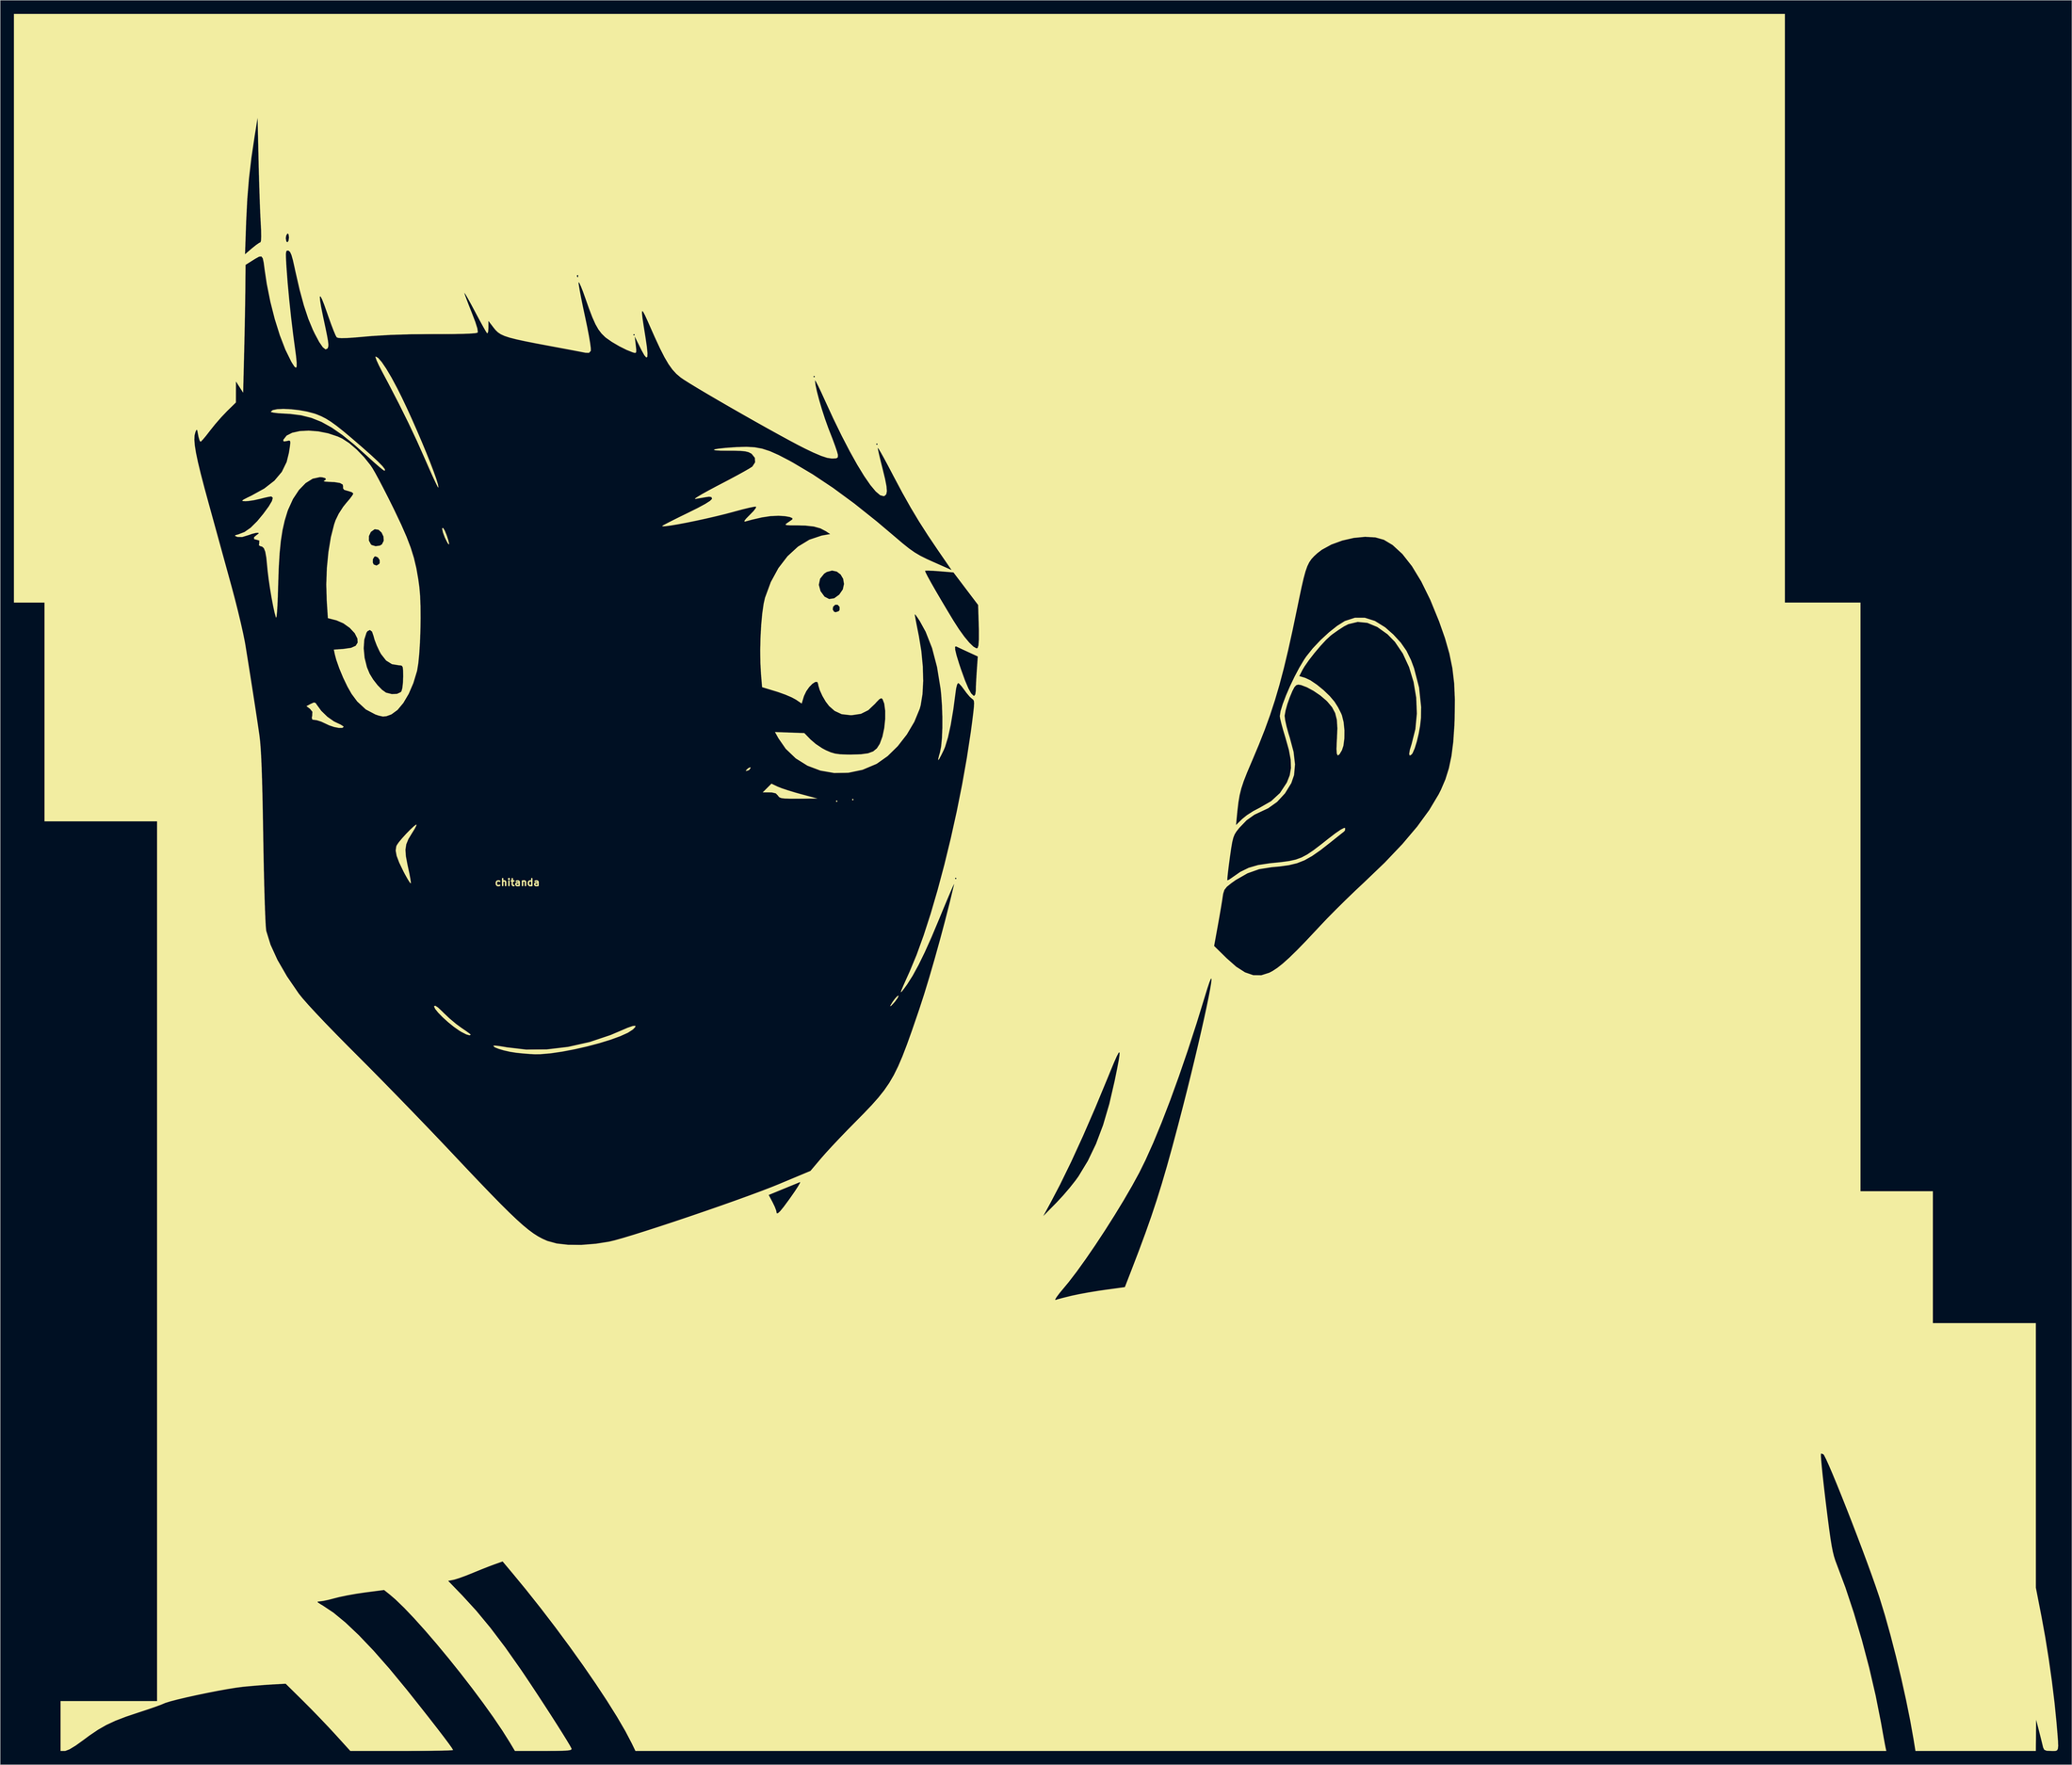
<source format=kicad_pcb>
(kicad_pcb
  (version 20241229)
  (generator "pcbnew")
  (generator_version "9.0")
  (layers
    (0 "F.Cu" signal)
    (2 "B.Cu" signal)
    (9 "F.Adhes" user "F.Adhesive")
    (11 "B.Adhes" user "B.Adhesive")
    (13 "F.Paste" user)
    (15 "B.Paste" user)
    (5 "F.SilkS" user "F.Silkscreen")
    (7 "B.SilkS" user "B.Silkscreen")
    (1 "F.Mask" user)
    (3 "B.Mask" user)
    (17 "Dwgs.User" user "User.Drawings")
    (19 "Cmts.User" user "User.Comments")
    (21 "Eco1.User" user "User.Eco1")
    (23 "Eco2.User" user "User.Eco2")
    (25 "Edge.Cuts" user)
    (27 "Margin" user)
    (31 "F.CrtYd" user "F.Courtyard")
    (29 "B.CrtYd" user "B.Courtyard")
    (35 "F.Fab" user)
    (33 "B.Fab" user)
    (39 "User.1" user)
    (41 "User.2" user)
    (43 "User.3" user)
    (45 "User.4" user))
  (footprint "chitanda"
    (layer "F.Cu")
    (at 110.424 190.505)
    (property "Reference" "chitanda" (at 0 0 0) (layer "F.SilkS") (effects (font (size 1.524 1.524) (thickness 0.3))))
    (attr through_hole)
    (fp_poly (pts (xy 70.203 -17.815) (xy 70.026 -17.639) (xy 69.85 -17.815) (xy 70.026 -17.992) (xy 70.203 -17.815)) (stroke (width 0.01) (type solid)) (fill yes) (layer "F.SilkS"))
    (fp_poly (pts (xy 73.731 -18.168) (xy 73.554 -17.992) (xy 73.378 -18.168) (xy 73.554 -18.344) (xy 73.731 -18.168)) (stroke (width 0.01) (type solid)) (fill yes) (layer "F.SilkS"))
    (fp_poly (pts (xy 51.153 -25.128) (xy 50.871 -24.704) (xy 50.624 -24.567) (xy 50.164 -24.452) (xy 50.094 -24.486) (xy 50.328 -24.781) (xy 50.624 -25.047) (xy 51.053 -25.262) (xy 51.153 -25.128)) (stroke (width 0.01) (type solid)) (fill yes) (layer "F.SilkS"))
    (fp_poly (pts (xy 83.6 24.884) (xy 83.389 25.349) (xy 82.845 26.101) (xy 82.533 26.472) (xy 81.988 27.038) (xy 81.761 27.162) (xy 81.817 26.987) (xy 82.278 26.218) (xy 82.817 25.491) (xy 83.296 24.97) (xy 83.575 24.819) (xy 83.6 24.884)) (stroke (width 0.01) (type solid)) (fill yes) (layer "F.SilkS"))
    (fp_poly (pts (xy -15.924 -77.161) (xy -15.506 -76.127) (xy -15.156 -75.053) (xy -14.977 -74.288) (xy -15.056 -74.127) (xy -15.352 -74.534) (xy -15.823 -75.475) (xy -15.919 -75.687) (xy -16.302 -76.701) (xy -16.482 -77.483) (xy -16.47 -77.716) (xy -16.263 -77.726) (xy -15.924 -77.161)) (stroke (width 0.01) (type solid)) (fill yes) (layer "F.SilkS"))
    (fp_poly (pts (xy 57.052 -21.024) (xy 57.958 -20.663) (xy 59.334 -20.201) (xy 60.966 -19.706) (xy 62.089 -19.392) (xy 65.793 -18.398) (xy 61.66 -18.371) (xy 59.882 -18.369) (xy 58.679 -18.404) (xy 57.922 -18.494) (xy 57.481 -18.66) (xy 57.226 -18.92) (xy 57.15 -19.05) (xy 56.674 -19.54) (xy 55.815 -19.739) (xy 55.294 -19.756) (xy 53.815 -19.756) (xy 54.767 -20.708) (xy 55.719 -21.66) (xy 57.052 -21.024)) (stroke (width 0.01) (type solid)) (fill yes) (layer "F.SilkS"))
    (fp_poly (pts (xy -17.401 27.442) (xy -16.423 28.364) (xy -16.191 28.602) (xy -14.911 29.815) (xy -13.455 31.036) (xy -12.259 31.915) (xy -11.25 32.601) (xy -10.524 33.128) (xy -10.231 33.384) (xy -10.231 33.387) (xy -10.498 33.538) (xy -11.213 33.329) (xy -12.247 32.806) (xy -12.73 32.513) (xy -13.947 31.658) (xy -15.204 30.64) (xy -16.383 29.571) (xy -17.367 28.565) (xy -18.039 27.736) (xy -18.281 27.197) (xy -18.272 27.146) (xy -18.003 27.046) (xy -17.401 27.442)) (stroke (width 0.01) (type solid)) (fill yes) (layer "F.SilkS"))
    (fp_poly (pts (xy -44.252 -39.354) (xy -44.021 -39.01) (xy -43.023 -37.643) (xy -41.677 -36.334) (xy -40.246 -35.323) (xy -39.674 -35.042) (xy -38.757 -34.615) (xy -38.191 -34.255) (xy -38.101 -34.131) (xy -38.394 -33.894) (xy -39.148 -33.891) (xy -40.17 -34.088) (xy -41.268 -34.453) (xy -41.948 -34.775) (xy -43.04 -35.283) (xy -44.027 -35.589) (xy -44.367 -35.631) (xy -44.968 -35.717) (xy -45.087 -36.121) (xy -44.993 -36.581) (xy -44.959 -37.437) (xy -45.472 -38.072) (xy -45.505 -38.098) (xy -46.256 -38.664) (xy -45.322 -39.164) (xy -44.632 -39.468) (xy -44.252 -39.354)) (stroke (width 0.01) (type solid)) (fill yes) (layer "F.SilkS"))
    (fp_poly (pts (xy -22.177 -12.436) (xy -22.533 -11.747) (xy -23.095 -10.848) (xy -23.897 -9.528) (xy -24.375 -8.366) (xy -24.554 -7.166) (xy -24.456 -5.732) (xy -24.105 -3.87) (xy -23.991 -3.362) (xy -23.678 -1.904) (xy -23.46 -0.722) (xy -23.364 0.03) (xy -23.379 0.214) (xy -23.602 -0.002) (xy -24.056 -0.716) (xy -24.663 -1.799) (xy -24.963 -2.368) (xy -25.915 -4.337) (xy -26.482 -5.841) (xy -26.69 -6.989) (xy -26.567 -7.888) (xy -26.441 -8.181) (xy -26.014 -8.806) (xy -25.286 -9.68) (xy -24.402 -10.653) (xy -23.501 -11.577) (xy -22.727 -12.302) (xy -22.222 -12.678) (xy -22.145 -12.7) (xy -22.177 -12.436)) (stroke (width 0.01) (type solid)) (fill yes) (layer "F.SilkS"))
    (fp_poly (pts (xy -30.538 -115.041) (xy -29.746 -114.126) (xy -28.754 -112.664) (xy -27.599 -110.708) (xy -26.324 -108.329) (xy -25.327 -106.329) (xy -24.259 -104.077) (xy -23.156 -101.659) (xy -22.053 -99.161) (xy -20.986 -96.67) (xy -19.99 -94.272) (xy -19.101 -92.052) (xy -18.354 -90.098) (xy -17.785 -88.494) (xy -17.43 -87.328) (xy -17.324 -86.685) (xy -17.352 -86.6) (xy -17.527 -86.864) (xy -17.935 -87.683) (xy -18.531 -88.961) (xy -19.271 -90.604) (xy -20.112 -92.516) (xy -20.272 -92.884) (xy -22.034 -96.842) (xy -23.911 -100.826) (xy -25.979 -104.994) (xy -28.318 -109.506) (xy -29.696 -112.095) (xy -30.38 -113.429) (xy -30.87 -114.499) (xy -31.113 -115.18) (xy -31.094 -115.358) (xy -30.538 -115.041)) (stroke (width 0.01) (type solid)) (fill yes) (layer "F.SilkS"))
    (fp_poly (pts (xy 25.856 31.716) (xy 25.345 32.245) (xy 24.238 32.962) (xy 22.554 33.725) (xy 20.418 34.501) (xy 17.953 35.259) (xy 15.285 35.967) (xy 12.538 36.594) (xy 9.836 37.108) (xy 7.303 37.478) (xy 5.064 37.672) (xy 3.881 37.691) (xy 2.689 37.629) (xy 1.15 37.504) (xy -0.25 37.36) (xy -1.639 37.142) (xy -2.986 36.838) (xy -4.14 36.495) (xy -4.949 36.16) (xy -5.263 35.879) (xy -5.233 35.807) (xy -4.833 35.79) (xy -3.919 35.895) (xy -2.67 36.1) (xy -2.326 36.165) (xy 1.916 36.663) (xy 6.451 36.624) (xy 11.141 36.066) (xy 15.849 35.01) (xy 20.435 33.475) (xy 22.492 32.602) (xy 24.168 31.882) (xy 25.3 31.492) (xy 25.869 31.436) (xy 25.856 31.716)) (stroke (width 0.01) (type solid)) (fill yes) (layer "F.SilkS"))
    (fp_poly (pts (xy -49.664 -103.787) (xy -47.893 -103.588) (xy -46.138 -103.272) (xy -44.537 -102.846) (xy -44.056 -102.679) (xy -43.018 -102.251) (xy -42.003 -101.733) (xy -40.92 -101.059) (xy -39.679 -100.163) (xy -38.187 -98.98) (xy -36.355 -97.445) (xy -34.231 -95.615) (xy -32.151 -93.778) (xy -30.611 -92.352) (xy -29.594 -91.317) (xy -29.081 -90.653) (xy -29.054 -90.342) (xy -29.187 -90.311) (xy -29.54 -90.538) (xy -30.299 -91.158) (xy -31.36 -92.08) (xy -32.614 -93.214) (xy -32.816 -93.399) (xy -35.75 -96.02) (xy -38.355 -98.129) (xy -40.726 -99.777) (xy -42.962 -101.015) (xy -45.16 -101.893) (xy -47.416 -102.461) (xy -49.83 -102.769) (xy -51.096 -102.84) (xy -52.455 -102.922) (xy -53.485 -103.044) (xy -54.033 -103.185) (xy -54.081 -103.247) (xy -53.657 -103.598) (xy -52.686 -103.8) (xy -51.308 -103.86) (xy -49.664 -103.787)) (stroke (width 0.01) (type solid)) (fill yes) (layer "F.SilkS"))
    (fp_poly (pts (xy -43.678 -98.936) (xy -41.516 -98.508) (xy -39.425 -97.811) (xy -38.422 -97.351) (xy -36.911 -96.369) (xy -35.251 -94.948) (xy -33.628 -93.27) (xy -32.227 -91.515) (xy -31.798 -90.874) (xy -31.216 -89.879) (xy -30.4 -88.38) (xy -29.421 -86.511) (xy -28.348 -84.406) (xy -27.25 -82.198) (xy -26.972 -81.629) (xy -25.483 -78.495) (xy -24.308 -75.811) (xy -23.396 -73.424) (xy -22.697 -71.178) (xy -22.162 -68.92) (xy -21.74 -66.495) (xy -21.503 -64.755) (xy -21.339 -62.88) (xy -21.249 -60.57) (xy -21.227 -57.986) (xy -21.269 -55.286) (xy -21.37 -52.63) (xy -21.527 -50.177) (xy -21.733 -48.086) (xy -21.986 -46.518) (xy -22.026 -46.343) (xy -22.816 -43.733) (xy -23.834 -41.372) (xy -25.013 -39.372) (xy -26.288 -37.841) (xy -27.591 -36.89) (xy -27.747 -36.82) (xy -28.713 -36.468) (xy -29.488 -36.39) (xy -30.394 -36.588) (xy -31.133 -36.839) (xy -33.239 -37.944) (xy -35.123 -39.688) (xy -36.363 -41.359) (xy -37.266 -42.944) (xy -38.2 -44.889) (xy -39.054 -46.938) (xy -39.718 -48.833) (xy -40.02 -49.963) (xy -40.254 -51.065) (xy -38.108 -51.221) (xy -37.224 -51.348) (xy -33.712 -51.348) (xy -33.511 -49.256) (xy -32.997 -47.191) (xy -32.413 -45.783) (xy -31.639 -44.511) (xy -30.672 -43.267) (xy -29.68 -42.246) (xy -28.833 -41.64) (xy -28.771 -41.613) (xy -27.539 -41.31) (xy -26.402 -41.357) (xy -25.59 -41.732) (xy -25.412 -41.957) (xy -25.228 -42.645) (xy -25.097 -43.788) (xy -25.047 -45.132) (xy -25.06 -46.43) (xy -25.133 -47.175) (xy -25.323 -47.52) (xy -25.684 -47.62) (xy -25.94 -47.625) (xy -27.504 -47.877) (xy -28.794 -48.679) (xy -29.904 -50.097) (xy -30.221 -50.662) (xy -30.839 -51.976) (xy -31.33 -53.262) (xy -31.547 -54.063) (xy -31.874 -55.015) (xy -32.351 -55.382) (xy -32.877 -55.118) (xy -33.108 -54.769) (xy -33.583 -53.256) (xy -33.712 -51.348) (xy -37.224 -51.348) (xy -36.469 -51.456) (xy -35.46 -51.906) (xy -35.026 -52.61) (xy -35.082 -53.496) (xy -35.677 -54.672) (xy -36.768 -55.839) (xy -38.161 -56.831) (xy -39.663 -57.483) (xy -39.803 -57.521) (xy -41.558 -57.971) (xy -41.807 -61.786) (xy -41.91 -65.336) (xy -41.781 -68.96) (xy -41.663 -70.168) (xy -31.717 -70.168) (xy -31.515 -69.732) (xy -30.893 -69.504) (xy -30.32 -69.845) (xy -30.187 -70.089) (xy -30.208 -70.732) (xy -30.591 -71.294) (xy -31.125 -71.529) (xy -31.363 -71.458) (xy -31.69 -70.918) (xy -31.717 -70.168) (xy -41.663 -70.168) (xy -41.437 -72.485) (xy -41.025 -74.978) (xy -32.574 -74.978) (xy -32.131 -74.147) (xy -31.952 -74.001) (xy -31.101 -73.749) (xy -30.157 -73.88) (xy -29.704 -74.154) (xy -29.311 -74.946) (xy -29.371 -75.879) (xy -29.78 -76.748) (xy -30.437 -77.35) (xy -31.239 -77.479) (xy -31.351 -77.449) (xy -32.139 -76.887) (xy -32.562 -75.977) (xy -32.574 -74.978) (xy -41.025 -74.978) (xy -40.9 -75.736) (xy -40.187 -78.539) (xy -39.875 -79.446) (xy -39.179 -80.881) (xy -38.209 -82.383) (xy -37.552 -83.202) (xy -36.752 -84.141) (xy -36.187 -84.898) (xy -35.983 -85.297) (xy -36.291 -85.588) (xy -37.046 -85.844) (xy -37.183 -85.871) (xy -37.995 -86.112) (xy -38.247 -86.486) (xy -38.212 -86.744) (xy -38.294 -87.269) (xy -38.906 -87.617) (xy -40.11 -87.81) (xy -41.275 -87.865) (xy -42.116 -87.917) (xy -42.477 -88.014) (xy -42.422 -88.075) (xy -41.977 -88.401) (xy -42.148 -88.694) (xy -42.848 -88.876) (xy -43.339 -88.9) (xy -44.894 -88.562) (xy -46.44 -87.6) (xy -47.905 -86.092) (xy -49.213 -84.117) (xy -50.291 -81.753) (xy -50.441 -81.333) (xy -51.038 -79.373) (xy -51.513 -77.274) (xy -51.879 -74.921) (xy -52.151 -72.202) (xy -52.343 -69.005) (xy -52.468 -65.264) (xy -52.541 -62.772) (xy -52.626 -60.751) (xy -52.72 -59.257) (xy -52.819 -58.343) (xy -52.92 -58.063) (xy -52.95 -58.112) (xy -53.234 -59.108) (xy -53.568 -60.628) (xy -53.92 -62.494) (xy -54.26 -64.529) (xy -54.558 -66.556) (xy -54.783 -68.397) (xy -54.87 -69.321) (xy -55.059 -71.239) (xy -55.294 -72.544) (xy -55.603 -73.328) (xy -56.017 -73.684) (xy -56.304 -73.731) (xy -56.679 -73.938) (xy -56.621 -74.436) (xy -56.591 -74.989) (xy -57.096 -75.142) (xy -57.126 -75.142) (xy -57.748 -75.311) (xy -57.763 -75.715) (xy -57.241 -76.156) (xy -56.742 -76.521) (xy -56.812 -76.695) (xy -57.34 -76.674) (xy -58.216 -76.452) (xy -58.86 -76.221) (xy -60.352 -75.767) (xy -61.37 -75.776) (xy -61.443 -75.8) (xy -61.935 -76.014) (xy -61.841 -76.164) (xy -61.187 -76.344) (xy -59.845 -76.863) (xy -58.502 -77.799) (xy -57.058 -79.234) (xy -55.726 -80.845) (xy -54.527 -82.477) (xy -53.834 -83.644) (xy -53.639 -84.363) (xy -53.935 -84.654) (xy -54.063 -84.662) (xy -54.63 -84.573) (xy -55.623 -84.348) (xy -56.444 -84.138) (xy -57.781 -83.841) (xy -59.056 -83.656) (xy -59.619 -83.625) (xy -60.195 -83.648) (xy -60.359 -83.748) (xy -60.049 -83.984) (xy -59.201 -84.418) (xy -58.385 -84.809) (xy -55.51 -86.394) (xy -53.287 -88.12) (xy -51.667 -90.044) (xy -50.601 -92.221) (xy -50.113 -94.192) (xy -49.891 -95.599) (xy -49.795 -96.438) (xy -49.852 -96.836) (xy -50.086 -96.925) (xy -50.523 -96.832) (xy -50.628 -96.805) (xy -51.249 -96.723) (xy -51.352 -96.981) (xy -51.304 -97.13) (xy -50.608 -98.011) (xy -49.376 -98.634) (xy -47.729 -98.997) (xy -45.789 -99.098) (xy -43.678 -98.936)) (stroke (width 0.01) (type solid)) (fill yes) (layer "F.SilkS"))
    (fp_poly (pts (xy 277.989 -61.383) (xy 294.569 -61.383) (xy 294.569 67.733) (xy 310.444 67.733) (xy 310.444 96.661) (xy 333.022 96.661) (xy 333.025 125.677) (xy 333.028 154.693) (xy 334.267 161.038) (xy 335.081 165.504) (xy 335.852 170.314) (xy 336.545 175.216) (xy 337.126 179.96) (xy 337.559 184.294) (xy 337.585 184.61) (xy 337.769 186.777) (xy 337.888 188.339) (xy 337.925 189.393) (xy 337.857 190.038) (xy 337.666 190.373) (xy 337.331 190.497) (xy 336.831 190.507) (xy 336.38 190.5) (xy 335.387 190.456) (xy 334.877 190.243) (xy 334.631 189.745) (xy 334.577 189.53) (xy 334.377 188.697) (xy 334.067 187.454) (xy 333.721 186.09) (xy 333.086 183.621) (xy 333.054 187.06) (xy 333.022 190.5) (xy 306.628 190.5) (xy 306.212 187.942) (xy 305.477 183.815) (xy 304.561 179.288) (xy 303.506 174.54) (xy 302.355 169.751) (xy 301.152 165.099) (xy 299.941 160.765) (xy 298.763 156.928) (xy 298.609 156.457) (xy 297.881 154.315) (xy 297.008 151.847) (xy 296.019 149.131) (xy 294.946 146.247) (xy 293.82 143.272) (xy 292.671 140.285) (xy 291.531 137.366) (xy 290.43 134.592) (xy 289.399 132.042) (xy 288.469 129.795) (xy 287.671 127.93) (xy 287.036 126.525) (xy 286.594 125.659) (xy 286.44 125.436) (xy 286.006 125.268) (xy 285.893 125.329) (xy 285.879 125.721) (xy 285.946 126.726) (xy 286.085 128.257) (xy 286.287 130.226) (xy 286.544 132.547) (xy 286.847 135.131) (xy 286.98 136.233) (xy 287.371 139.37) (xy 287.701 141.9) (xy 287.988 143.916) (xy 288.248 145.512) (xy 288.498 146.782) (xy 288.756 147.819) (xy 289.037 148.718) (xy 289.356 149.569) (xy 291.256 154.637) (xy 293.11 160.231) (xy 294.867 166.167) (xy 296.477 172.268) (xy 297.89 178.35) (xy 299.055 184.234) (xy 299.134 184.679) (xy 299.438 186.398) (xy 299.714 187.923) (xy 299.93 189.085) (xy 300.052 189.706) (xy 300.227 190.5) (xy 25.893 190.5) (xy 25.083 188.824) (xy 23.679 186.143) (xy 21.855 183.015) (xy 19.665 179.518) (xy 17.164 175.729) (xy 14.406 171.724) (xy 11.444 167.581) (xy 8.332 163.377) (xy 5.124 159.188) (xy 1.874 155.092) (xy -0.97 151.636) (xy -3.236 148.931) (xy -5.057 149.579) (xy -6.249 150.024) (xy -7.803 150.635) (xy -9.436 151.299) (xy -9.878 151.483) (xy -11.36 152.076) (xy -12.732 152.576) (xy -13.771 152.902) (xy -14.035 152.964) (xy -15.193 153.188) (xy -12.074 156.413) (xy -9.018 159.749) (xy -5.908 163.506) (xy -2.683 167.762) (xy 0.716 172.59) (xy 1.379 173.567) (xy 2.851 175.765) (xy 4.372 178.066) (xy 5.889 180.386) (xy 7.346 182.638) (xy 8.69 184.739) (xy 9.867 186.603) (xy 10.822 188.147) (xy 11.501 189.285) (xy 11.851 189.933) (xy 11.87 189.979) (xy 11.858 190.167) (xy 11.598 190.305) (xy 11.003 190.399) (xy 9.984 190.458) (xy 8.455 190.489) (xy 6.327 190.5) (xy 5.765 190.5) (xy -0.541 190.5) (xy -1.657 188.633) (xy -3.312 186.003) (xy -5.29 183.083) (xy -7.527 179.955) (xy -9.956 176.701) (xy -12.509 173.402) (xy -15.122 170.141) (xy -17.726 166.999) (xy -20.257 164.058) (xy -22.648 161.401) (xy -24.831 159.108) (xy -26.742 157.262) (xy -27.938 156.233) (xy -29.242 155.194) (xy -33.409 155.738) (xy -35.356 156.026) (xy -37.333 156.378) (xy -39.073 156.742) (xy -40.042 156.987) (xy -41.398 157.341) (xy -42.597 157.595) (xy -43.383 157.696) (xy -43.391 157.696) (xy -43.826 157.741) (xy -43.78 157.921) (xy -43.194 158.312) (xy -42.696 158.602) (xy -40.349 160.167) (xy -37.699 162.349) (xy -34.76 165.135) (xy -31.546 168.509) (xy -28.07 172.459) (xy -24.346 176.971) (xy -23.824 177.624) (xy -21.465 180.595) (xy -19.384 183.237) (xy -17.61 185.516) (xy -16.168 187.395) (xy -15.087 188.839) (xy -14.394 189.813) (xy -14.115 190.28) (xy -14.111 190.303) (xy -14.45 190.351) (xy -15.411 190.394) (xy -16.91 190.433) (xy -18.864 190.463) (xy -21.189 190.486) (xy -23.802 190.498) (xy -25.375 190.5) (xy -36.639 190.5) (xy -39.923 186.884) (xy -41.482 185.202) (xy -43.323 183.266) (xy -45.222 181.311) (xy -46.952 179.572) (xy -47.015 179.51) (xy -50.822 175.752) (xy -53.721 175.909) (xy -55.447 176.021) (xy -57.509 176.183) (xy -59.542 176.365) (xy -60.149 176.425) (xy -61.654 176.619) (xy -63.557 176.926) (xy -65.73 177.319) (xy -68.044 177.772) (xy -70.369 178.255) (xy -72.578 178.744) (xy -74.542 179.209) (xy -76.13 179.624) (xy -77.216 179.963) (xy -77.527 180.093) (xy -78.218 180.382) (xy -79.424 180.825) (xy -80.986 181.365) (xy -82.744 181.946) (xy -83.079 182.054) (xy -85.884 182.994) (xy -88.18 183.879) (xy -90.151 184.799) (xy -91.978 185.845) (xy -93.845 187.107) (xy -95.119 188.052) (xy -96.876 189.317) (xy -98.228 190.137) (xy -99.131 190.488) (xy -99.265 190.5) (xy -100.189 190.5) (xy -100.189 179.564) (xy -79.022 179.564) (xy -79.022 91.474) (xy 117.943 91.474) (xy 118.016 91.59) (xy 118.67 91.389) (xy 119.802 91.088) (xy 121.203 90.742) (xy 121.672 90.632) (xy 123.278 90.294) (xy 125.295 89.924) (xy 127.433 89.573) (xy 128.934 89.354) (xy 133.234 88.767) (xy 134.748 84.865) (xy 136.354 80.671) (xy 137.766 76.851) (xy 139.033 73.255) (xy 140.203 69.733) (xy 141.325 66.134) (xy 142.445 62.309) (xy 143.613 58.107) (xy 144.877 53.378) (xy 144.991 52.944) (xy 145.94 49.287) (xy 146.855 45.683) (xy 147.726 42.173) (xy 148.545 38.796) (xy 149.304 35.593) (xy 149.994 32.605) (xy 150.608 29.87) (xy 151.136 27.429) (xy 151.571 25.322) (xy 151.905 23.59) (xy 152.128 22.271) (xy 152.232 21.408) (xy 152.21 21.038) (xy 152.053 21.204) (xy 151.752 21.944) (xy 151.3 23.298) (xy 150.844 24.781) (xy 148.95 30.929) (xy 147.019 36.866) (xy 145.079 42.521) (xy 143.155 47.825) (xy 141.273 52.708) (xy 139.459 57.099) (xy 137.739 60.929) (xy 136.379 63.676) (xy 134.814 66.544) (xy 132.992 69.683) (xy 130.988 72.974) (xy 128.879 76.303) (xy 126.741 79.552) (xy 124.65 82.603) (xy 122.684 85.342) (xy 120.917 87.649) (xy 119.889 88.89) (xy 118.935 90.035) (xy 118.265 90.927) (xy 117.943 91.474) (xy -79.022 91.474) (xy -79.022 -13.406) (xy -103.717 -13.406) (xy -103.717 -61.383) (xy -110.419 -61.383) (xy -110.419 -97.102) (xy -70.85 -97.102) (xy -70.75 -95.844) (xy -70.489 -94.219) (xy -70.058 -92.167) (xy -69.443 -89.622) (xy -68.634 -86.523) (xy -67.792 -83.432) (xy -66.925 -80.289) (xy -65.978 -76.854) (xy -65.007 -73.33) (xy -64.069 -69.923) (xy -63.22 -66.835) (xy -62.665 -64.819) (xy -61.965 -62.191) (xy -61.286 -59.505) (xy -60.668 -56.926) (xy -60.151 -54.621) (xy -59.773 -52.755) (xy -59.662 -52.119) (xy -59.083 -48.52) (xy -58.503 -44.869) (xy -57.946 -41.309) (xy -57.433 -37.987) (xy -56.988 -35.046) (xy -56.633 -32.631) (xy -56.582 -32.279) (xy -56.44 -31.078) (xy -56.313 -29.544) (xy -56.198 -27.625) (xy -56.094 -25.269) (xy -55.999 -22.424) (xy -55.911 -19.037) (xy -55.828 -15.056) (xy -55.748 -10.429) (xy -55.737 -9.701) (xy -55.673 -6.029) (xy -55.6 -2.542) (xy -55.521 0.688) (xy -55.437 3.589) (xy -55.351 6.092) (xy -55.266 8.124) (xy -55.182 9.616) (xy -55.104 10.495) (xy -55.08 10.636) (xy -54.144 13.66) (xy -52.621 16.999) (xy -50.533 20.61) (xy -47.949 24.385) (xy -47.112 25.425) (xy -45.817 26.895) (xy -44.117 28.739) (xy -42.067 30.9) (xy -39.718 33.323) (xy -37.124 35.951) (xy -35.503 37.573) (xy -32.811 40.272) (xy -29.777 43.348) (xy -26.537 46.662) (xy -23.226 50.073) (xy -19.982 53.441) (xy -16.94 56.624) (xy -14.605 59.092) (xy -11.26 62.639) (xy -8.347 65.705) (xy -5.824 68.328) (xy -3.648 70.549) (xy -1.776 72.407) (xy -0.164 73.941) (xy 1.229 75.192) (xy 2.448 76.198) (xy 3.534 77) (xy 4.531 77.637) (xy 5.482 78.148) (xy 6.429 78.573) (xy 6.6 78.642) (xy 8.63 79.2) (xy 11.174 79.488) (xy 14.092 79.504) (xy 17.245 79.247) (xy 20.108 78.793) (xy 21.348 78.495) (xy 23.161 77.985) (xy 25.46 77.29) (xy 28.157 76.442) (xy 31.163 75.47) (xy 34.391 74.404) (xy 37.751 73.274) (xy 37.962 73.201) (xy 115.319 73.201) (xy 118.268 70.202) (xy 119.688 68.675) (xy 121.146 66.972) (xy 122.433 65.343) (xy 123.08 64.441) (xy 125.118 61.074) (xy 126.899 57.368) (xy 128.457 53.234) (xy 129.826 48.582) (xy 130.991 43.554) (xy 131.52 40.962) (xy 131.883 39.052) (xy 132.069 37.817) (xy 132.069 37.252) (xy 131.871 37.35) (xy 131.465 38.106) (xy 130.842 39.512) (xy 129.989 41.563) (xy 129.532 42.686) (xy 126.722 49.46) (xy 124.021 55.674) (xy 121.443 61.297) (xy 119.003 66.295) (xy 116.954 70.203) (xy 115.319 73.201) (xy 37.962 73.201) (xy 41.157 72.109) (xy 44.519 70.94) (xy 47.749 69.796) (xy 50.759 68.708) (xy 51.197 68.546) (xy 55.11 68.546) (xy 55.954 70.132) (xy 56.442 71.14) (xy 56.747 71.938) (xy 56.797 72.196) (xy 56.875 72.581) (xy 57.138 72.568) (xy 57.633 72.111) (xy 58.404 71.166) (xy 59.497 69.686) (xy 59.915 69.103) (xy 60.84 67.773) (xy 61.542 66.698) (xy 61.96 65.977) (xy 62.031 65.71) (xy 62.01 65.715) (xy 61.505 65.921) (xy 60.513 66.327) (xy 59.201 66.865) (xy 58.335 67.221) (xy 55.11 68.546) (xy 51.197 68.546) (xy 53.462 67.705) (xy 55.768 66.817) (xy 57.275 66.207) (xy 64.279 63.279) (xy 66.645 60.479) (xy 67.679 59.304) (xy 69.082 57.776) (xy 70.721 56.038) (xy 72.462 54.232) (xy 73.931 52.74) (xy 75.97 50.674) (xy 77.701 48.856) (xy 79.174 47.196) (xy 80.44 45.604) (xy 81.55 43.992) (xy 82.555 42.27) (xy 83.505 40.349) (xy 84.452 38.14) (xy 85.445 35.553) (xy 86.537 32.5) (xy 87.777 28.89) (xy 88.183 27.693) (xy 89.209 24.536) (xy 90.332 20.856) (xy 91.505 16.824) (xy 92.31 13.935) (xy 152.804 13.935) (xy 155.537 16.618) (xy 157.657 18.492) (xy 159.587 19.729) (xy 161.393 20.348) (xy 163.144 20.368) (xy 164.909 19.809) (xy 165.629 19.43) (xy 166.672 18.744) (xy 167.873 17.792) (xy 169.287 16.522) (xy 170.971 14.881) (xy 172.979 12.815) (xy 175.368 10.272) (xy 176.018 9.571) (xy 177.598 7.908) (xy 179.537 5.942) (xy 181.665 3.839) (xy 183.815 1.766) (xy 185.715 -0.016) (xy 190.224 -4.338) (xy 194.096 -8.409) (xy 197.347 -12.248) (xy 199.991 -15.872) (xy 202.045 -19.302) (xy 202.557 -20.313) (xy 203.539 -22.611) (xy 204.3 -25.039) (xy 204.864 -27.727) (xy 205.257 -30.802) (xy 205.502 -34.393) (xy 205.565 -36.031) (xy 205.613 -40.097) (xy 205.457 -43.681) (xy 205.066 -46.987) (xy 204.405 -50.219) (xy 203.443 -53.579) (xy 202.147 -57.269) (xy 200.218 -61.987) (xy 198.232 -66.024) (xy 196.192 -69.376) (xy 194.101 -72.038) (xy 191.963 -74.005) (xy 190.038 -75.161) (xy 188.161 -75.687) (xy 185.901 -75.812) (xy 183.429 -75.57) (xy 180.914 -74.994) (xy 178.53 -74.12) (xy 176.446 -72.982) (xy 175.449 -72.221) (xy 174.733 -71.566) (xy 174.149 -70.93) (xy 173.661 -70.219) (xy 173.235 -69.341) (xy 172.836 -68.201) (xy 172.43 -66.706) (xy 171.981 -64.762) (xy 171.455 -62.276) (xy 171.081 -60.452) (xy 170.026 -55.39) (xy 169.035 -50.917) (xy 168.077 -46.921) (xy 167.118 -43.292) (xy 166.125 -39.918) (xy 165.066 -36.689) (xy 163.908 -33.494) (xy 162.618 -30.223) (xy 161.163 -26.764) (xy 161.009 -26.407) (xy 160.025 -24.088) (xy 159.296 -22.225) (xy 158.77 -20.637) (xy 158.399 -19.143) (xy 158.13 -17.562) (xy 157.913 -15.715) (xy 157.862 -15.2) (xy 157.609 -12.585) (xy 158.973 -13.92) (xy 160.003 -14.75) (xy 161.391 -15.641) (xy 162.83 -16.397) (xy 165.317 -17.826) (xy 167.248 -19.608) (xy 168.719 -21.836) (xy 168.795 -21.986) (xy 169.394 -23.506) (xy 169.665 -25.103) (xy 169.605 -26.911) (xy 169.208 -29.062) (xy 168.469 -31.692) (xy 168.451 -31.75) (xy 167.96 -33.385) (xy 167.561 -34.837) (xy 167.299 -35.938) (xy 167.217 -36.486) (xy 167.388 -37.577) (xy 167.861 -39.13) (xy 168.571 -41.002) (xy 169.457 -43.051) (xy 170.453 -45.134) (xy 171.497 -47.108) (xy 172.527 -48.831) (xy 173.013 -49.549) (xy 174.442 -51.338) (xy 176.16 -53.157) (xy 178.003 -54.856) (xy 179.804 -56.284) (xy 181.4 -57.289) (xy 181.542 -57.36) (xy 183.684 -58.054) (xy 185.856 -58.052) (xy 188.066 -57.352) (xy 190.319 -55.952) (xy 192.119 -54.366) (xy 193.75 -52.588) (xy 194.983 -50.819) (xy 195.976 -48.798) (xy 196.648 -46.996) (xy 197.754 -42.742) (xy 198.206 -38.46) (xy 198.163 -36.037) (xy 197.979 -34.368) (xy 197.659 -32.589) (xy 197.249 -30.878) (xy 196.796 -29.416) (xy 196.344 -28.381) (xy 196.123 -28.069) (xy 195.719 -27.827) (xy 195.589 -28.178) (xy 195.734 -29.067) (xy 196.139 -30.404) (xy 196.954 -33.628) (xy 197.277 -37.046) (xy 197.135 -40.536) (xy 196.555 -43.976) (xy 195.564 -47.243) (xy 194.19 -50.217) (xy 192.458 -52.774) (xy 190.848 -54.426) (xy 188.599 -56.03) (xy 186.413 -56.937) (xy 184.299 -57.147) (xy 182.261 -56.658) (xy 181.31 -56.174) (xy 180.05 -55.362) (xy 178.779 -54.463) (xy 178.374 -54.151) (xy 177.355 -53.208) (xy 176.113 -51.866) (xy 174.804 -50.315) (xy 173.585 -48.746) (xy 172.611 -47.346) (xy 172.164 -46.584) (xy 171.487 -45.256) (xy 172.791 -44.863) (xy 173.937 -44.322) (xy 175.337 -43.376) (xy 176.81 -42.173) (xy 178.172 -40.863) (xy 179.209 -39.638) (xy 179.988 -38.405) (xy 180.666 -37.063) (xy 180.838 -36.64) (xy 181.207 -35.148) (xy 181.384 -33.376) (xy 181.368 -31.572) (xy 181.16 -29.986) (xy 180.83 -28.989) (xy 180.302 -28.111) (xy 179.934 -27.852) (xy 179.718 -28.23) (xy 179.647 -29.262) (xy 179.711 -30.967) (xy 179.742 -31.419) (xy 179.842 -33.81) (xy 179.728 -35.671) (xy 179.355 -37.16) (xy 178.682 -38.433) (xy 177.664 -39.644) (xy 177.396 -39.911) (xy 176.095 -41.016) (xy 174.614 -42.021) (xy 173.143 -42.817) (xy 171.87 -43.299) (xy 171.254 -43.392) (xy 170.826 -43.276) (xy 170.424 -42.85) (xy 169.97 -41.993) (xy 169.383 -40.587) (xy 168.862 -39.115) (xy 168.473 -37.721) (xy 168.283 -36.658) (xy 168.275 -36.479) (xy 168.385 -35.577) (xy 168.682 -34.232) (xy 169.113 -32.663) (xy 169.387 -31.786) (xy 170.232 -28.633) (xy 170.548 -25.902) (xy 170.338 -23.549) (xy 169.734 -21.791) (xy 168.357 -19.554) (xy 166.617 -17.667) (xy 164.662 -16.276) (xy 163.784 -15.864) (xy 161.651 -14.862) (xy 159.94 -13.648) (xy 158.366 -12.016) (xy 158.211 -11.829) (xy 157.688 -11.161) (xy 157.306 -10.541) (xy 157.018 -9.822) (xy 156.78 -8.858) (xy 156.547 -7.499) (xy 156.274 -5.601) (xy 156.249 -5.419) (xy 156.014 -3.66) (xy 155.833 -2.169) (xy 155.72 -1.076) (xy 155.689 -0.512) (xy 155.699 -0.464) (xy 156.027 -0.569) (xy 156.651 -0.991) (xy 156.668 -1.005) (xy 158.537 -2.305) (xy 160.391 -3.212) (xy 162.458 -3.812) (xy 164.966 -4.189) (xy 165.276 -4.221) (xy 167.513 -4.451) (xy 169.275 -4.693) (xy 170.713 -5.01) (xy 171.979 -5.467) (xy 173.225 -6.129) (xy 174.601 -7.058) (xy 176.258 -8.321) (xy 177.787 -9.532) (xy 179.386 -10.761) (xy 180.573 -11.575) (xy 181.309 -11.951) (xy 181.543 -11.932) (xy 181.515 -11.419) (xy 181.279 -11.147) (xy 180.784 -10.759) (xy 179.898 -10.055) (xy 178.779 -9.16) (xy 178.294 -8.77) (xy 176.116 -7.071) (xy 174.282 -5.792) (xy 172.628 -4.864) (xy 170.991 -4.219) (xy 169.206 -3.787) (xy 167.109 -3.498) (xy 165.453 -3.352) (xy 162.688 -2.915) (xy 160.123 -2.004) (xy 157.564 -0.543) (xy 156.569 0.161) (xy 155.596 0.946) (xy 155.059 1.63) (xy 154.787 2.478) (xy 154.693 3.073) (xy 154.543 4.075) (xy 154.298 5.573) (xy 153.99 7.366) (xy 153.653 9.258) (xy 153.637 9.349) (xy 152.804 13.935) (xy 92.31 13.935) (xy 92.68 12.609) (xy 93.81 8.378) (xy 94.85 4.302) (xy 95.75 0.55) (xy 95.796 0.353) (xy 95.724 0.424) (xy 95.42 1.075) (xy 94.914 2.231) (xy 94.24 3.818) (xy 93.428 5.761) (xy 92.525 7.953) (xy 90.854 11.933) (xy 89.346 15.299) (xy 87.97 18.116) (xy 86.692 20.449) (xy 85.48 22.363) (xy 84.812 23.283) (xy 84.403 23.809) (xy 84.16 24.074) (xy 84.105 24.013) (xy 84.259 23.561) (xy 84.644 22.652) (xy 85.281 21.223) (xy 86.039 19.542) (xy 87.562 15.882) (xy 89.107 11.613) (xy 90.653 6.833) (xy 92.173 1.635) (xy 92.845 -0.882) (xy 95.956 -0.882) (xy 96.132 -0.706) (xy 96.308 -0.882) (xy 96.132 -1.058) (xy 95.956 -0.882) (xy 92.845 -0.882) (xy 93.645 -3.884) (xy 95.045 -9.629) (xy 96.349 -15.503) (xy 97.532 -21.412) (xy 98.571 -27.26) (xy 99.442 -32.95) (xy 99.745 -35.22) (xy 99.982 -37.121) (xy 100.123 -38.441) (xy 100.169 -39.297) (xy 100.119 -39.809) (xy 99.974 -40.093) (xy 99.746 -40.26) (xy 99.211 -40.733) (xy 98.498 -41.575) (xy 98.063 -42.17) (xy 97.407 -43.046) (xy 96.876 -43.617) (xy 96.666 -43.744) (xy 96.445 -43.429) (xy 96.236 -42.625) (xy 96.152 -42.069) (xy 95.608 -37.977) (xy 95.034 -34.551) (xy 94.431 -31.803) (xy 93.802 -29.744) (xy 93.51 -29.044) (xy 92.972 -27.94) (xy 92.543 -27.141) (xy 92.31 -26.812) (xy 92.304 -26.811) (xy 92.308 -27.112) (xy 92.492 -27.882) (xy 92.671 -28.487) (xy 92.936 -29.787) (xy 93.115 -31.631) (xy 93.206 -33.864) (xy 93.209 -36.329) (xy 93.122 -38.871) (xy 92.942 -41.333) (xy 92.814 -42.51) (xy 92.039 -47.26) (xy 90.953 -51.405) (xy 90.839 -51.695) (xy 95.986 -51.695) (xy 96.014 -51.046) (xy 96.311 -49.808) (xy 96.881 -47.958) (xy 97.308 -46.685) (xy 98.174 -44.291) (xy 98.906 -42.559) (xy 99.521 -41.458) (xy 100.033 -40.96) (xy 100.197 -40.922) (xy 100.429 -41.231) (xy 100.54 -41.987) (xy 100.542 -42.103) (xy 100.566 -42.999) (xy 100.632 -44.352) (xy 100.725 -45.915) (xy 100.76 -46.424) (xy 100.978 -49.565) (xy 98.731 -50.601) (xy 97.576 -51.136) (xy 96.678 -51.556) (xy 96.226 -51.774) (xy 96.22 -51.777) (xy 95.986 -51.695) (xy 90.839 -51.695) (xy 89.546 -54.979) (xy 88.259 -57.326) (xy 87.675 -58.212) (xy 87.271 -58.744) (xy 87.143 -58.816) (xy 87.207 -58.384) (xy 87.386 -57.401) (xy 87.655 -56.006) (xy 87.987 -54.338) (xy 88.039 -54.081) (xy 88.593 -50.725) (xy 88.913 -47.377) (xy 88.998 -44.188) (xy 88.845 -41.305) (xy 88.452 -38.879) (xy 88.237 -38.1) (xy 87.059 -35.242) (xy 85.413 -32.456) (xy 83.423 -29.898) (xy 81.209 -27.723) (xy 78.894 -26.084) (xy 78.7 -25.976) (xy 75.688 -24.704) (xy 72.583 -24.056) (xy 69.475 -24.006) (xy 66.457 -24.531) (xy 63.619 -25.607) (xy 61.054 -27.209) (xy 58.852 -29.315) (xy 57.264 -31.608) (xy 56.496 -32.985) (xy 59.713 -32.87) (xy 62.929 -32.755) (xy 64.306 -31.336) (xy 65.438 -30.367) (xy 66.84 -29.43) (xy 67.679 -28.981) (xy 68.723 -28.534) (xy 69.684 -28.255) (xy 70.788 -28.107) (xy 72.258 -28.051) (xy 73.201 -28.046) (xy 75.341 -28.107) (xy 76.91 -28.321) (xy 78.036 -28.737) (xy 78.844 -29.404) (xy 79.463 -30.369) (xy 79.498 -30.44) (xy 80.07 -31.998) (xy 80.463 -33.853) (xy 80.667 -35.808) (xy 80.67 -37.667) (xy 80.459 -39.232) (xy 80.087 -40.211) (xy 79.815 -40.414) (xy 79.399 -40.207) (xy 78.725 -39.52) (xy 78.443 -39.195) (xy 76.96 -37.789) (xy 75.351 -36.988) (xy 73.408 -36.695) (xy 73.019 -36.689) (xy 71.13 -36.906) (xy 69.58 -37.627) (xy 68.371 -38.686) (xy 67.624 -39.663) (xy 66.895 -40.916) (xy 66.312 -42.193) (xy 65.999 -43.244) (xy 65.977 -43.48) (xy 65.793 -43.975) (xy 65.331 -43.975) (xy 64.699 -43.574) (xy 64.005 -42.866) (xy 63.357 -41.947) (xy 62.862 -40.911) (xy 62.783 -40.669) (xy 62.354 -39.239) (xy 61.084 -40.101) (xy 60.155 -40.602) (xy 58.791 -41.183) (xy 57.243 -41.739) (xy 56.744 -41.897) (xy 53.673 -42.832) (xy 53.429 -45.761) (xy 53.294 -48.235) (xy 53.262 -50.96) (xy 53.327 -53.773) (xy 53.479 -56.51) (xy 53.71 -59.009) (xy 53.831 -59.856) (xy 69.158 -59.856) (xy 69.454 -59.37) (xy 69.812 -59.267) (xy 70.459 -59.485) (xy 70.662 -59.74) (xy 70.668 -60.442) (xy 70.254 -60.903) (xy 69.709 -60.917) (xy 69.236 -60.471) (xy 69.158 -59.856) (xy 53.831 -59.856) (xy 54.01 -61.105) (xy 54.311 -62.436) (xy 55.361 -65.283) (xy 66.106 -65.283) (xy 66.476 -63.896) (xy 67.358 -62.685) (xy 68.372 -62.158) (xy 69.481 -62.321) (xy 70.583 -63.12) (xy 71.378 -64.272) (xy 71.639 -65.47) (xy 71.451 -66.6) (xy 70.895 -67.544) (xy 70.055 -68.186) (xy 69.259 -68.359) (xy 89.408 -68.359) (xy 89.523 -68.005) (xy 89.975 -67.112) (xy 90.728 -65.744) (xy 91.747 -63.96) (xy 92.997 -61.824) (xy 94.443 -59.396) (xy 95.637 -57.419) (xy 96.856 -55.519) (xy 98.033 -53.889) (xy 99.103 -52.602) (xy 100 -51.731) (xy 100.659 -51.35) (xy 100.942 -51.412) (xy 101.124 -51.987) (xy 101.216 -53.259) (xy 101.219 -55.229) (xy 101.191 -56.331) (xy 101.05 -60.859) (xy 95.643 -67.999) (xy 92.599 -68.253) (xy 91.213 -68.351) (xy 90.12 -68.396) (xy 89.491 -68.382) (xy 89.408 -68.359) (xy 69.259 -68.359) (xy 69.014 -68.412) (xy 67.856 -68.104) (xy 67.279 -67.729) (xy 66.384 -66.62) (xy 66.106 -65.283) (xy 55.361 -65.283) (xy 55.583 -65.884) (xy 57.248 -68.942) (xy 59.25 -71.549) (xy 61.533 -73.647) (xy 64.041 -75.174) (xy 66.718 -76.071) (xy 67.044 -76.133) (xy 68.615 -76.406) (xy 67.688 -77.021) (xy 66.464 -77.663) (xy 65.007 -78.07) (xy 63.15 -78.275) (xy 61.395 -78.317) (xy 59.96 -78.323) (xy 59.132 -78.361) (xy 58.814 -78.457) (xy 58.909 -78.639) (xy 59.276 -78.905) (xy 59.952 -79.369) (xy 60.315 -79.63) (xy 60.321 -79.904) (xy 59.756 -80.149) (xy 58.752 -80.334) (xy 57.443 -80.424) (xy 57.136 -80.428) (xy 55.463 -80.346) (xy 53.624 -80.069) (xy 51.433 -79.564) (xy 49.918 -79.152) (xy 49.759 -79.247) (xy 50.108 -79.738) (xy 50.93 -80.577) (xy 50.976 -80.621) (xy 51.794 -81.462) (xy 52.289 -82.107) (xy 52.361 -82.426) (xy 52.346 -82.433) (xy 51.874 -82.397) (xy 50.867 -82.193) (xy 49.467 -81.854) (xy 47.814 -81.412) (xy 47.584 -81.348) (xy 45.696 -80.843) (xy 43.596 -80.325) (xy 41.39 -79.815) (xy 39.183 -79.335) (xy 37.081 -78.905) (xy 35.189 -78.548) (xy 33.613 -78.284) (xy 32.459 -78.134) (xy 31.833 -78.119) (xy 31.75 -78.169) (xy 32.051 -78.367) (xy 32.887 -78.816) (xy 34.154 -79.462) (xy 35.749 -80.253) (xy 37.218 -80.968) (xy 39.53 -82.115) (xy 41.2 -83.015) (xy 42.242 -83.678) (xy 42.672 -84.111) (xy 42.686 -84.176) (xy 42.557 -84.533) (xy 42.051 -84.609) (xy 41.363 -84.517) (xy 40.153 -84.31) (xy 39.03 -84.117) (xy 38.982 -84.109) (xy 38.959 -84.205) (xy 39.492 -84.577) (xy 40.508 -85.18) (xy 41.932 -85.972) (xy 43.692 -86.91) (xy 44.406 -87.281) (xy 46.4 -88.325) (xy 48.212 -89.296) (xy 49.735 -90.135) (xy 50.863 -90.784) (xy 51.49 -91.185) (xy 51.549 -91.233) (xy 52.14 -92.154) (xy 52.084 -93.133) (xy 51.396 -93.997) (xy 51.256 -94.095) (xy 50.697 -94.378) (xy 49.953 -94.561) (xy 48.877 -94.661) (xy 47.324 -94.697) (xy 46.229 -94.695) (xy 44.513 -94.71) (xy 43.473 -94.776) (xy 43.079 -94.879) (xy 43.304 -95.009) (xy 44.119 -95.154) (xy 45.497 -95.303) (xy 47.41 -95.445) (xy 48.18 -95.49) (xy 50.241 -95.548) (xy 52.018 -95.448) (xy 53.676 -95.145) (xy 55.376 -94.594) (xy 57.28 -93.75) (xy 59.55 -92.568) (xy 60.42 -92.088) (xy 64.755 -89.516) (xy 69.22 -86.54) (xy 73.884 -83.112) (xy 78.814 -79.18) (xy 82.757 -75.847) (xy 84.501 -74.363) (xy 85.901 -73.245) (xy 87.13 -72.38) (xy 88.36 -71.653) (xy 89.765 -70.951) (xy 91.138 -70.328) (xy 95.232 -68.513) (xy 92.284 -72.798) (xy 90.072 -76.078) (xy 88.111 -79.142) (xy 86.277 -82.198) (xy 84.445 -85.456) (xy 82.491 -89.123) (xy 82.148 -89.782) (xy 81.188 -91.609) (xy 80.348 -93.165) (xy 79.676 -94.364) (xy 79.221 -95.118) (xy 79.032 -95.34) (xy 79.029 -95.327) (xy 79.111 -94.826) (xy 79.339 -93.793) (xy 79.678 -92.375) (xy 80.094 -90.724) (xy 80.107 -90.671) (xy 80.638 -88.497) (xy 80.944 -86.908) (xy 81.03 -85.817) (xy 80.898 -85.142) (xy 80.551 -84.798) (xy 80.326 -84.729) (xy 79.573 -84.932) (xy 78.594 -85.76) (xy 77.414 -87.176) (xy 76.055 -89.143) (xy 74.538 -91.624) (xy 72.886 -94.584) (xy 72.083 -96.132) (xy 78.669 -96.132) (xy 78.846 -95.956) (xy 79.022 -96.132) (xy 78.846 -96.308) (xy 78.669 -96.132) (xy 72.083 -96.132) (xy 71.122 -97.984) (xy 69.268 -101.79) (xy 67.346 -105.963) (xy 67.325 -106.01) (xy 66.599 -107.598) (xy 65.985 -108.881) (xy 65.533 -109.758) (xy 65.293 -110.13) (xy 65.267 -110.11) (xy 65.381 -109.127) (xy 65.701 -107.639) (xy 66.184 -105.799) (xy 66.786 -103.76) (xy 67.462 -101.677) (xy 68.169 -99.704) (xy 68.478 -98.909) (xy 69.134 -97.23) (xy 69.69 -95.722) (xy 70.09 -94.54) (xy 70.281 -93.838) (xy 70.287 -93.794) (xy 70.277 -93.266) (xy 69.969 -93.031) (xy 69.183 -92.981) (xy 68.909 -92.985) (xy 67.939 -93.131) (xy 66.626 -93.561) (xy 64.878 -94.306) (xy 63.088 -95.163) (xy 61.561 -95.943) (xy 59.619 -96.977) (xy 57.348 -98.214) (xy 54.835 -99.604) (xy 52.168 -101.099) (xy 49.434 -102.647) (xy 46.72 -104.2) (xy 44.114 -105.707) (xy 41.702 -107.118) (xy 39.571 -108.384) (xy 37.809 -109.454) (xy 36.504 -110.279) (xy 35.807 -110.759) (xy 35.583 -110.949) (xy 64.911 -110.949) (xy 65.088 -110.772) (xy 65.264 -110.949) (xy 65.088 -111.125) (xy 64.911 -110.949) (xy 35.583 -110.949) (xy 34.87 -111.553) (xy 34.004 -112.497) (xy 33.153 -113.683) (xy 32.26 -115.204) (xy 31.27 -117.153) (xy 30.125 -119.621) (xy 29.415 -121.22) (xy 28.583 -123.106) (xy 27.973 -124.434) (xy 27.569 -125.185) (xy 27.355 -125.339) (xy 27.315 -124.876) (xy 27.434 -123.775) (xy 27.696 -122.018) (xy 28.085 -119.584) (xy 28.091 -119.552) (xy 28.398 -117.458) (xy 28.533 -116.036) (xy 28.489 -115.27) (xy 28.26 -115.145) (xy 27.838 -115.647) (xy 27.218 -116.761) (xy 27.037 -117.122) (xy 25.729 -119.768) (xy 25.955 -117.88) (xy 26.071 -116.798) (xy 26.042 -116.267) (xy 25.814 -116.136) (xy 25.35 -116.25) (xy 23.959 -116.803) (xy 22.322 -117.625) (xy 20.723 -118.563) (xy 19.442 -119.459) (xy 19.221 -119.644) (xy 18.739 -120.121) (xy 25.4 -120.121) (xy 25.576 -119.944) (xy 25.753 -120.121) (xy 25.576 -120.297) (xy 25.4 -120.121) (xy 18.739 -120.121) (xy 18.451 -120.406) (xy 17.77 -121.302) (xy 17.121 -122.444) (xy 16.448 -123.946) (xy 15.692 -125.92) (xy 14.939 -128.058) (xy 14.389 -129.597) (xy 13.925 -130.772) (xy 13.588 -131.49) (xy 13.418 -131.659) (xy 13.405 -131.586) (xy 13.473 -130.975) (xy 13.672 -129.8) (xy 13.981 -128.182) (xy 14.375 -126.245) (xy 14.831 -124.111) (xy 14.863 -123.963) (xy 15.309 -121.844) (xy 15.677 -119.934) (xy 15.946 -118.349) (xy 16.097 -117.207) (xy 16.11 -116.624) (xy 16.104 -116.603) (xy 15.714 -116.168) (xy 14.934 -116.18) (xy 14.9 -116.187) (xy 14.258 -116.314) (xy 13.048 -116.546) (xy 11.398 -116.859) (xy 9.436 -117.228) (xy 7.287 -117.629) (xy 7.232 -117.639) (xy 4.161 -118.218) (xy 1.703 -118.704) (xy -0.225 -119.122) (xy -1.703 -119.5) (xy -2.814 -119.865) (xy -3.642 -120.242) (xy -4.266 -120.659) (xy -4.771 -121.141) (xy -5.186 -121.648) (xy -6.35 -123.174) (xy -6.35 -121.665) (xy -6.412 -120.772) (xy -6.58 -120.445) (xy -6.669 -120.491) (xy -6.941 -120.912) (xy -7.471 -121.835) (xy -8.188 -123.138) (xy -9.024 -124.697) (xy -9.309 -125.236) (xy -10.136 -126.784) (xy -10.833 -128.048) (xy -11.344 -128.929) (xy -11.611 -129.323) (xy -11.636 -129.323) (xy -11.513 -128.889) (xy -11.171 -127.94) (xy -10.664 -126.614) (xy -10.043 -125.05) (xy -10.012 -124.974) (xy -9.233 -122.948) (xy -8.788 -121.54) (xy -8.677 -120.749) (xy -8.735 -120.593) (xy -9.204 -120.48) (xy -10.327 -120.39) (xy -12.054 -120.325) (xy -14.336 -120.286) (xy -17.121 -120.276) (xy -18.103 -120.278) (xy -23.184 -120.245) (xy -27.822 -120.103) (xy -31.909 -119.856) (xy -33.177 -119.746) (xy -35.571 -119.535) (xy -37.341 -119.415) (xy -38.56 -119.384) (xy -39.304 -119.441) (xy -39.638 -119.575) (xy -39.891 -120.039) (xy -40.313 -121.041) (xy -40.852 -122.452) (xy -41.457 -124.138) (xy -41.688 -124.81) (xy -42.373 -126.741) (xy -42.876 -127.992) (xy -43.198 -128.565) (xy -43.335 -128.462) (xy -43.286 -127.685) (xy -43.049 -126.238) (xy -42.623 -124.121) (xy -42.538 -123.724) (xy -42.072 -121.542) (xy -41.746 -119.944) (xy -41.546 -118.823) (xy -41.459 -118.073) (xy -41.47 -117.59) (xy -41.565 -117.268) (xy -41.658 -117.106) (xy -42.08 -116.922) (xy -42.679 -117.397) (xy -43.461 -118.536) (xy -44.428 -120.344) (xy -44.854 -121.225) (xy -45.854 -123.63) (xy -46.819 -126.544) (xy -47.765 -130.031) (xy -48.446 -132.997) (xy 13.053 -132.997) (xy 13.182 -132.707) (xy 13.288 -132.762) (xy 13.33 -133.181) (xy 13.288 -133.232) (xy 13.078 -133.184) (xy 13.053 -132.997) (xy -48.446 -132.997) (xy -48.711 -134.152) (xy -48.84 -134.761) (xy -49.227 -136.487) (xy -49.55 -137.624) (xy -49.849 -138.28) (xy -50.165 -138.562) (xy -50.253 -138.588) (xy -50.53 -138.594) (xy -50.698 -138.405) (xy -50.772 -137.904) (xy -50.762 -136.972) (xy -50.683 -135.492) (xy -50.644 -134.884) (xy -50.393 -131.549) (xy -50.045 -127.791) (xy -49.628 -123.881) (xy -49.171 -120.09) (xy -48.833 -117.583) (xy -48.55 -115.466) (xy -48.407 -114.003) (xy -48.412 -113.158) (xy -48.576 -112.89) (xy -48.907 -113.163) (xy -49.415 -113.938) (xy -49.624 -114.3) (xy -50.889 -116.88) (xy -52.098 -120.018) (xy -53.209 -123.566) (xy -54.178 -127.375) (xy -54.963 -131.299) (xy -55.42 -134.339) (xy -55.629 -135.928) (xy -55.837 -136.894) (xy -56.146 -137.312) (xy -56.658 -137.259) (xy -57.478 -136.809) (xy -58.181 -136.366) (xy -59.619 -135.458) (xy -59.668 -130.082) (xy -59.692 -128.101) (xy -59.732 -125.607) (xy -59.784 -122.795) (xy -59.845 -119.858) (xy -59.91 -116.989) (xy -59.933 -116.065) (xy -60.149 -107.424) (xy -61.724 -109.89) (xy -61.73 -107.585) (xy -61.736 -105.28) (xy -63.705 -103.352) (xy -64.936 -102.06) (xy -66.279 -100.519) (xy -67.446 -99.059) (xy -67.458 -99.042) (xy -68.3 -97.957) (xy -68.995 -97.13) (xy -69.43 -96.696) (xy -69.501 -96.661) (xy -69.711 -96.973) (xy -69.936 -97.759) (xy -70.014 -98.16) (xy -70.182 -99.059) (xy -70.319 -99.336) (xy -70.5 -99.067) (xy -70.62 -98.778) (xy -70.803 -98.059) (xy -70.85 -97.102) (xy -110.419 -97.102) (xy -110.419 -137.781) (xy -59.736 -137.781) (xy -58.203 -139.093) (xy -57.315 -139.809) (xy -56.622 -140.285) (xy -56.346 -140.406) (xy -56.228 -140.74) (xy -56.202 -141.267) (xy -50.8 -141.267) (xy -50.677 -140.614) (xy -50.447 -140.406) (xy -50.201 -140.713) (xy -50.095 -141.454) (xy -50.094 -141.485) (xy -50.19 -142.19) (xy -50.435 -142.353) (xy -50.447 -142.346) (xy -50.72 -141.86) (xy -50.8 -141.267) (xy -56.202 -141.267) (xy -56.182 -141.681) (xy -56.209 -143.129) (xy -56.283 -144.551) (xy -56.363 -146.07) (xy -56.452 -148.143) (xy -56.542 -150.617) (xy -56.63 -153.341) (xy -56.71 -156.163) (xy -56.76 -158.221) (xy -56.976 -167.746) (xy -57.614 -163.81) (xy -58.34 -158.938) (xy -58.872 -154.405) (xy -59.242 -149.883) (xy -59.483 -145.044) (xy -59.497 -144.65) (xy -59.736 -137.781) (xy -110.419 -137.781) (xy -110.419 -190.5) (xy 277.989 -190.5) (xy 277.989 -61.383)) (stroke (width 0.01) (type solid)) (fill yes) (layer "F.SilkS")))
  (gr_rect
    (start -3 -3)
    (end 451.354 384.017)
    (stroke (width 0.1) (type default))
    (fill no)
    (layer "Edge.Cuts")))
</source>
